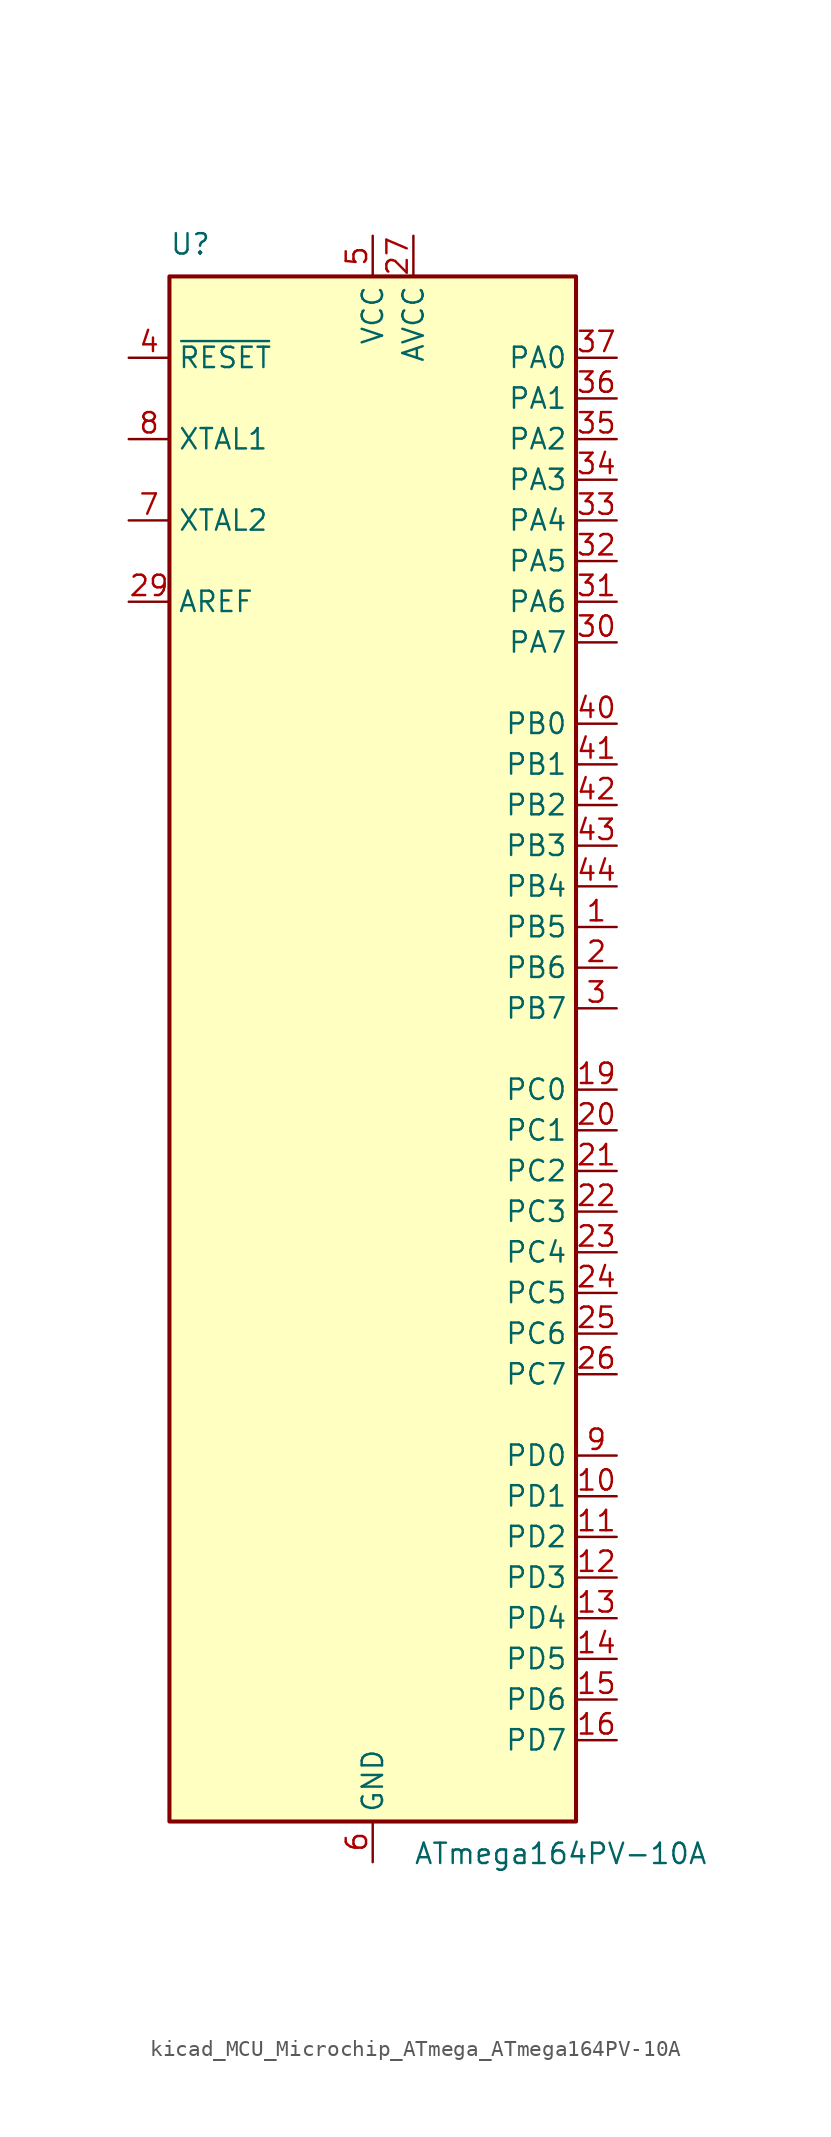
<source format=kicad_sym>
(kicad_symbol_lib
  (version 20220914)
  (generator kicad_symbol_editor)
  (symbol "kicad_MCU_Microchip_ATmega_ATmega164PV-10A"
    (property "Reference" "U"
      (at -12.7 49.53 0)
      (effects (font (size 1.27 1.27)) (justify left bottom)))
    (property "Value" "ATmega164PV-10A"
      (at 2.54 -49.53 0)
      (effects (font (size 1.27 1.27)) (justify left top)))
    (symbol "kicad_MCU_Microchip_ATmega_ATmega164PV-10A_0_1"
      (rectangle (start -12.7 -48.26) (end 12.7 48.26) (stroke (width 0.254) (type default)) (fill (type background))))
    (symbol "kicad_MCU_Microchip_ATmega_ATmega164PV-10A_1_1"
      (pin bidirectional line (at 15.24 7.62 180) (length 2.54) (name "PB5" (effects (font (size 1.27 1.27)))) (number "1" (effects (font (size 1.27 1.27)))))
      (pin bidirectional line (at 15.24 -27.94 180) (length 2.54) (name "PD1" (effects (font (size 1.27 1.27)))) (number "10" (effects (font (size 1.27 1.27)))))
      (pin bidirectional line (at 15.24 -30.48 180) (length 2.54) (name "PD2" (effects (font (size 1.27 1.27)))) (number "11" (effects (font (size 1.27 1.27)))))
      (pin bidirectional line (at 15.24 -33.02 180) (length 2.54) (name "PD3" (effects (font (size 1.27 1.27)))) (number "12" (effects (font (size 1.27 1.27)))))
      (pin bidirectional line (at 15.24 -35.56 180) (length 2.54) (name "PD4" (effects (font (size 1.27 1.27)))) (number "13" (effects (font (size 1.27 1.27)))))
      (pin bidirectional line (at 15.24 -38.1 180) (length 2.54) (name "PD5" (effects (font (size 1.27 1.27)))) (number "14" (effects (font (size 1.27 1.27)))))
      (pin bidirectional line (at 15.24 -40.64 180) (length 2.54) (name "PD6" (effects (font (size 1.27 1.27)))) (number "15" (effects (font (size 1.27 1.27)))))
      (pin bidirectional line (at 15.24 -43.18 180) (length 2.54) (name "PD7" (effects (font (size 1.27 1.27)))) (number "16" (effects (font (size 1.27 1.27)))))
      (pin passive line (at 0 50.8 270) (length 2.54) hide (name "VCC" (effects (font (size 1.27 1.27)))) (number "17" (effects (font (size 1.27 1.27)))))
      (pin passive line (at 0 -50.8 90) (length 2.54) hide (name "GND" (effects (font (size 1.27 1.27)))) (number "18" (effects (font (size 1.27 1.27)))))
      (pin bidirectional line (at 15.24 -2.54 180) (length 2.54) (name "PC0" (effects (font (size 1.27 1.27)))) (number "19" (effects (font (size 1.27 1.27)))))
      (pin bidirectional line (at 15.24 5.08 180) (length 2.54) (name "PB6" (effects (font (size 1.27 1.27)))) (number "2" (effects (font (size 1.27 1.27)))))
      (pin bidirectional line (at 15.24 -5.08 180) (length 2.54) (name "PC1" (effects (font (size 1.27 1.27)))) (number "20" (effects (font (size 1.27 1.27)))))
      (pin bidirectional line (at 15.24 -7.62 180) (length 2.54) (name "PC2" (effects (font (size 1.27 1.27)))) (number "21" (effects (font (size 1.27 1.27)))))
      (pin bidirectional line (at 15.24 -10.16 180) (length 2.54) (name "PC3" (effects (font (size 1.27 1.27)))) (number "22" (effects (font (size 1.27 1.27)))))
      (pin bidirectional line (at 15.24 -12.7 180) (length 2.54) (name "PC4" (effects (font (size 1.27 1.27)))) (number "23" (effects (font (size 1.27 1.27)))))
      (pin bidirectional line (at 15.24 -15.24 180) (length 2.54) (name "PC5" (effects (font (size 1.27 1.27)))) (number "24" (effects (font (size 1.27 1.27)))))
      (pin bidirectional line (at 15.24 -17.78 180) (length 2.54) (name "PC6" (effects (font (size 1.27 1.27)))) (number "25" (effects (font (size 1.27 1.27)))))
      (pin bidirectional line (at 15.24 -20.32 180) (length 2.54) (name "PC7" (effects (font (size 1.27 1.27)))) (number "26" (effects (font (size 1.27 1.27)))))
      (pin power_in line (at 2.54 50.8 270) (length 2.54) (name "AVCC" (effects (font (size 1.27 1.27)))) (number "27" (effects (font (size 1.27 1.27)))))
      (pin passive line (at 0 -50.8 90) (length 2.54) hide (name "GND" (effects (font (size 1.27 1.27)))) (number "28" (effects (font (size 1.27 1.27)))))
      (pin passive line (at -15.24 27.94 0) (length 2.54) (name "AREF" (effects (font (size 1.27 1.27)))) (number "29" (effects (font (size 1.27 1.27)))))
      (pin bidirectional line (at 15.24 2.54 180) (length 2.54) (name "PB7" (effects (font (size 1.27 1.27)))) (number "3" (effects (font (size 1.27 1.27)))))
      (pin bidirectional line (at 15.24 25.4 180) (length 2.54) (name "PA7" (effects (font (size 1.27 1.27)))) (number "30" (effects (font (size 1.27 1.27)))))
      (pin bidirectional line (at 15.24 27.94 180) (length 2.54) (name "PA6" (effects (font (size 1.27 1.27)))) (number "31" (effects (font (size 1.27 1.27)))))
      (pin bidirectional line (at 15.24 30.48 180) (length 2.54) (name "PA5" (effects (font (size 1.27 1.27)))) (number "32" (effects (font (size 1.27 1.27)))))
      (pin bidirectional line (at 15.24 33.02 180) (length 2.54) (name "PA4" (effects (font (size 1.27 1.27)))) (number "33" (effects (font (size 1.27 1.27)))))
      (pin bidirectional line (at 15.24 35.56 180) (length 2.54) (name "PA3" (effects (font (size 1.27 1.27)))) (number "34" (effects (font (size 1.27 1.27)))))
      (pin bidirectional line (at 15.24 38.1 180) (length 2.54) (name "PA2" (effects (font (size 1.27 1.27)))) (number "35" (effects (font (size 1.27 1.27)))))
      (pin bidirectional line (at 15.24 40.64 180) (length 2.54) (name "PA1" (effects (font (size 1.27 1.27)))) (number "36" (effects (font (size 1.27 1.27)))))
      (pin bidirectional line (at 15.24 43.18 180) (length 2.54) (name "PA0" (effects (font (size 1.27 1.27)))) (number "37" (effects (font (size 1.27 1.27)))))
      (pin passive line (at 0 50.8 270) (length 2.54) hide (name "VCC" (effects (font (size 1.27 1.27)))) (number "38" (effects (font (size 1.27 1.27)))))
      (pin passive line (at 0 -50.8 90) (length 2.54) hide (name "GND" (effects (font (size 1.27 1.27)))) (number "39" (effects (font (size 1.27 1.27)))))
      (pin input line (at -15.24 43.18 0) (length 2.54) (name "~{RESET}" (effects (font (size 1.27 1.27)))) (number "4" (effects (font (size 1.27 1.27)))))
      (pin bidirectional line (at 15.24 20.32 180) (length 2.54) (name "PB0" (effects (font (size 1.27 1.27)))) (number "40" (effects (font (size 1.27 1.27)))))
      (pin bidirectional line (at 15.24 17.78 180) (length 2.54) (name "PB1" (effects (font (size 1.27 1.27)))) (number "41" (effects (font (size 1.27 1.27)))))
      (pin bidirectional line (at 15.24 15.24 180) (length 2.54) (name "PB2" (effects (font (size 1.27 1.27)))) (number "42" (effects (font (size 1.27 1.27)))))
      (pin bidirectional line (at 15.24 12.7 180) (length 2.54) (name "PB3" (effects (font (size 1.27 1.27)))) (number "43" (effects (font (size 1.27 1.27)))))
      (pin bidirectional line (at 15.24 10.16 180) (length 2.54) (name "PB4" (effects (font (size 1.27 1.27)))) (number "44" (effects (font (size 1.27 1.27)))))
      (pin power_in line (at 0 50.8 270) (length 2.54) (name "VCC" (effects (font (size 1.27 1.27)))) (number "5" (effects (font (size 1.27 1.27)))))
      (pin power_in line (at 0 -50.8 90) (length 2.54) (name "GND" (effects (font (size 1.27 1.27)))) (number "6" (effects (font (size 1.27 1.27)))))
      (pin output line (at -15.24 33.02 0) (length 2.54) (name "XTAL2" (effects (font (size 1.27 1.27)))) (number "7" (effects (font (size 1.27 1.27)))))
      (pin input line (at -15.24 38.1 0) (length 2.54) (name "XTAL1" (effects (font (size 1.27 1.27)))) (number "8" (effects (font (size 1.27 1.27)))))
      (pin bidirectional line (at 15.24 -25.4 180) (length 2.54) (name "PD0" (effects (font (size 1.27 1.27)))) (number "9" (effects (font (size 1.27 1.27))))))))
</source>
